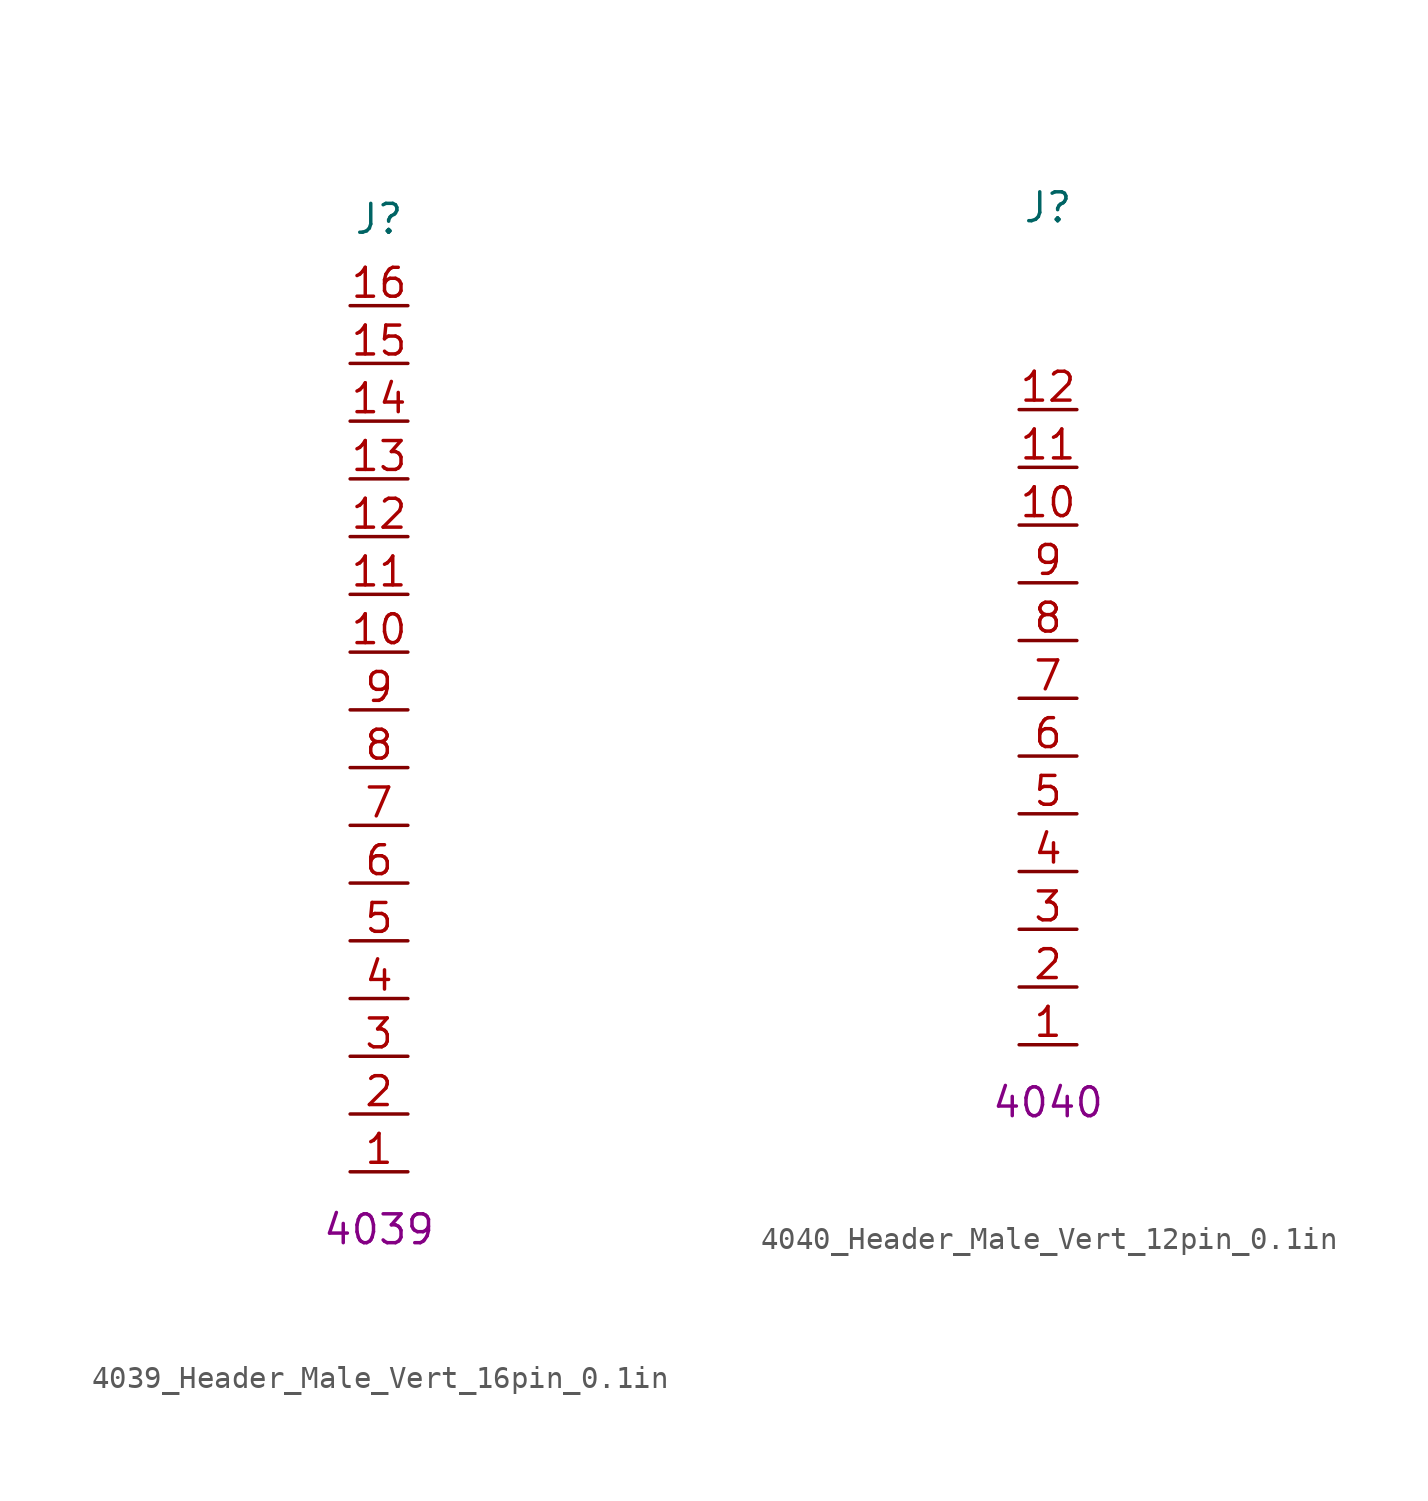
<source format=kicad_sym>
(kicad_symbol_lib
  (version 20211014)
  (generator kicad_symbol_editor)
  (symbol "4039_Header_Male_Vert_16pin_0.1in"
    (pin_names
      (offset 1.016))
    (property "Reference" "J"
      (at -1.27 22.86 0)
      (effects (font (size 1.27 1.27))))
    (property "SPN" "4039"
      (at -1.27 -21.59 0)
      (effects (font (size 1.27 1.27))))
    (symbol "4039_Header_Male_Vert_16pin_0.1in_0_0"
      (pin passive line (at -2.54 -19.05 0) (length 2.54) (name "~" (effects (font (size 1.27 1.27)))) (number "1" (effects (font (size 1.27 1.27))))))
    (symbol "4039_Header_Male_Vert_16pin_0.1in_1_1"
      (pin passive line (at -2.54 3.81 0) (length 2.54) (name "~" (effects (font (size 1.27 1.27)))) (number "10" (effects (font (size 1.27 1.27)))))
      (pin passive line (at -2.54 6.35 0) (length 2.54) (name "" (effects (font (size 1.27 1.27)))) (number "11" (effects (font (size 1.27 1.27)))))
      (pin passive line (at -2.54 8.89 0) (length 2.54) (name "" (effects (font (size 1.27 1.27)))) (number "12" (effects (font (size 1.27 1.27)))))
      (pin passive line (at -2.54 11.43 0) (length 2.54) (name "" (effects (font (size 1.27 1.27)))) (number "13" (effects (font (size 1.27 1.27)))))
      (pin passive line (at -2.54 13.97 0) (length 2.54) (name "" (effects (font (size 1.27 1.27)))) (number "14" (effects (font (size 1.27 1.27)))))
      (pin passive line (at -2.54 16.51 0) (length 2.54) (name "" (effects (font (size 1.27 1.27)))) (number "15" (effects (font (size 1.27 1.27)))))
      (pin passive line (at -2.54 19.05 0) (length 2.54) (name "" (effects (font (size 1.27 1.27)))) (number "16" (effects (font (size 1.27 1.27)))))
      (pin passive line (at -2.54 -16.51 0) (length 2.54) (name "~" (effects (font (size 1.27 1.27)))) (number "2" (effects (font (size 1.27 1.27)))))
      (pin passive line (at -2.54 -13.97 0) (length 2.54) (name "~" (effects (font (size 1.27 1.27)))) (number "3" (effects (font (size 1.27 1.27)))))
      (pin passive line (at -2.54 -11.43 0) (length 2.54) (name "~" (effects (font (size 1.27 1.27)))) (number "4" (effects (font (size 1.27 1.27)))))
      (pin passive line (at -2.54 -8.89 0) (length 2.54) (name "~" (effects (font (size 1.27 1.27)))) (number "5" (effects (font (size 1.27 1.27)))))
      (pin passive line (at -2.54 -6.35 0) (length 2.54) (name "~" (effects (font (size 1.27 1.27)))) (number "6" (effects (font (size 1.27 1.27)))))
      (pin passive line (at -2.54 -3.81 0) (length 2.54) (name "~" (effects (font (size 1.27 1.27)))) (number "7" (effects (font (size 1.27 1.27)))))
      (pin passive line (at -2.54 -1.27 0) (length 2.54) (name "~" (effects (font (size 1.27 1.27)))) (number "8" (effects (font (size 1.27 1.27)))))
      (pin passive line (at -2.54 1.27 0) (length 2.54) (name "~" (effects (font (size 1.27 1.27)))) (number "9" (effects (font (size 1.27 1.27)))))))
  (symbol "4040_Header_Male_Vert_12pin_0.1in"
    (pin_names
      (offset 1.016))
    (property "Reference" "J"
      (at -1.27 22.86 0)
      (effects (font (size 1.27 1.27))))
    (property "SPN" "4040"
      (at -1.27 -16.51 0)
      (effects (font (size 1.27 1.27))))
    (symbol "4040_Header_Male_Vert_12pin_0.1in_0_0"
      (pin passive line (at -2.54 -13.97 0) (length 2.54) (name "~" (effects (font (size 1.27 1.27)))) (number "1" (effects (font (size 1.27 1.27))))))
    (symbol "4040_Header_Male_Vert_12pin_0.1in_1_1"
      (pin passive line (at -2.54 8.89 0) (length 2.54) (name "~" (effects (font (size 1.27 1.27)))) (number "10" (effects (font (size 1.27 1.27)))))
      (pin passive line (at -2.54 11.43 0) (length 2.54) (name "" (effects (font (size 1.27 1.27)))) (number "11" (effects (font (size 1.27 1.27)))))
      (pin passive line (at -2.54 13.97 0) (length 2.54) (name "" (effects (font (size 1.27 1.27)))) (number "12" (effects (font (size 1.27 1.27)))))
      (pin passive line (at -2.54 -11.43 0) (length 2.54) (name "~" (effects (font (size 1.27 1.27)))) (number "2" (effects (font (size 1.27 1.27)))))
      (pin passive line (at -2.54 -8.89 0) (length 2.54) (name "~" (effects (font (size 1.27 1.27)))) (number "3" (effects (font (size 1.27 1.27)))))
      (pin passive line (at -2.54 -6.35 0) (length 2.54) (name "~" (effects (font (size 1.27 1.27)))) (number "4" (effects (font (size 1.27 1.27)))))
      (pin passive line (at -2.54 -3.81 0) (length 2.54) (name "~" (effects (font (size 1.27 1.27)))) (number "5" (effects (font (size 1.27 1.27)))))
      (pin passive line (at -2.54 -1.27 0) (length 2.54) (name "~" (effects (font (size 1.27 1.27)))) (number "6" (effects (font (size 1.27 1.27)))))
      (pin passive line (at -2.54 1.27 0) (length 2.54) (name "~" (effects (font (size 1.27 1.27)))) (number "7" (effects (font (size 1.27 1.27)))))
      (pin passive line (at -2.54 3.81 0) (length 2.54) (name "~" (effects (font (size 1.27 1.27)))) (number "8" (effects (font (size 1.27 1.27)))))
      (pin passive line (at -2.54 6.35 0) (length 2.54) (name "~" (effects (font (size 1.27 1.27)))) (number "9" (effects (font (size 1.27 1.27))))))))
</source>
